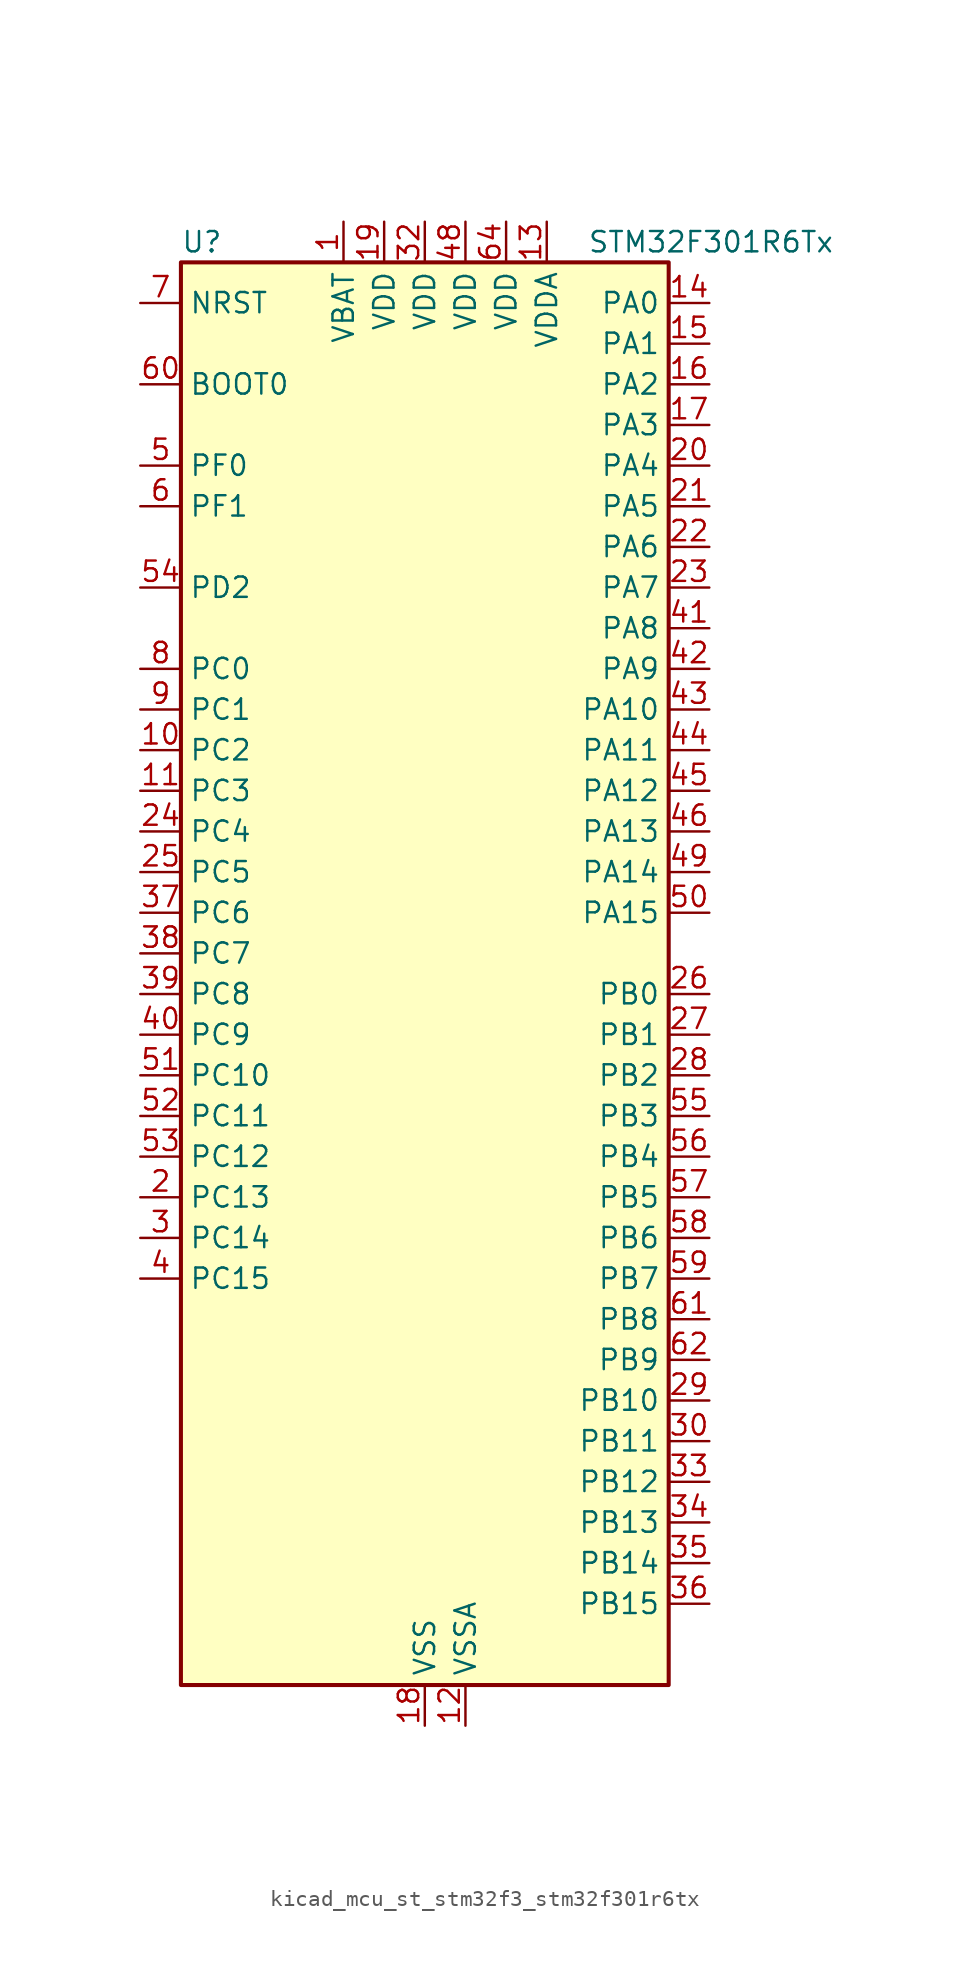
<source format=kicad_sym>
(kicad_symbol_lib
  (version 20220914)
  (generator kicad_symbol_editor)
  (symbol "kicad_mcu_st_stm32f3_stm32f301r6tx"
    (property "Reference" "U"
      (at -15.24 46.99 0)
      (effects (font (size 1.27 1.27)) (justify left)))
    (property "Value" "STM32F301R6Tx"
      (at 10.16 46.99 0)
      (effects (font (size 1.27 1.27)) (justify left)))
    (property "ki_locked" ""
      (at 0 0 0)
      (effects (font (size 1.27 1.27))))
    (symbol "kicad_mcu_st_stm32f3_stm32f301r6tx_0_1"
      (rectangle (start -15.24 -43.18) (end 15.24 45.72) (stroke (width 0.254) (type default)) (fill (type background))))
    (symbol "kicad_mcu_st_stm32f3_stm32f301r6tx_1_1"
      (pin power_in line (at -5.08 48.26 270) (length 2.54) (name "VBAT" (effects (font (size 1.27 1.27)))) (number "1" (effects (font (size 1.27 1.27)))))
      (pin bidirectional line (at -17.78 15.24 0) (length 2.54) (name "PC2" (effects (font (size 1.27 1.27)))) (number "10" (effects (font (size 1.27 1.27)))) (alternate "ADC1_IN8" bidirectional line) (alternate "TIM1_CH3" bidirectional line))
      (pin bidirectional line (at -17.78 12.7 0) (length 2.54) (name "PC3" (effects (font (size 1.27 1.27)))) (number "11" (effects (font (size 1.27 1.27)))) (alternate "ADC1_IN9" bidirectional line) (alternate "TIM1_BKIN2" bidirectional line) (alternate "TIM1_CH4" bidirectional line))
      (pin power_in line (at 2.54 -45.72 90) (length 2.54) (name "VSSA" (effects (font (size 1.27 1.27)))) (number "12" (effects (font (size 1.27 1.27)))))
      (pin power_in line (at 7.62 48.26 270) (length 2.54) (name "VDDA" (effects (font (size 1.27 1.27)))) (number "13" (effects (font (size 1.27 1.27)))))
      (pin bidirectional line (at 17.78 43.18 180) (length 2.54) (name "PA0" (effects (font (size 1.27 1.27)))) (number "14" (effects (font (size 1.27 1.27)))) (alternate "ADC1_IN1" bidirectional line) (alternate "RTC_TAMP2" bidirectional line) (alternate "SYS_WKUP1" bidirectional line) (alternate "TIM2_CH1" bidirectional line) (alternate "TIM2_ETR" bidirectional line) (alternate "TSC_G1_IO1" bidirectional line) (alternate "USART2_CTS" bidirectional line))
      (pin bidirectional line (at 17.78 40.64 180) (length 2.54) (name "PA1" (effects (font (size 1.27 1.27)))) (number "15" (effects (font (size 1.27 1.27)))) (alternate "ADC1_IN2" bidirectional line) (alternate "RTC_REFIN" bidirectional line) (alternate "TIM15_CH1N" bidirectional line) (alternate "TIM2_CH2" bidirectional line) (alternate "TSC_G1_IO2" bidirectional line) (alternate "USART2_DE" bidirectional line) (alternate "USART2_RTS" bidirectional line))
      (pin bidirectional line (at 17.78 38.1 180) (length 2.54) (name "PA2" (effects (font (size 1.27 1.27)))) (number "16" (effects (font (size 1.27 1.27)))) (alternate "ADC1_IN3" bidirectional line) (alternate "COMP2_INM" bidirectional line) (alternate "COMP2_OUT" bidirectional line) (alternate "TIM15_CH1" bidirectional line) (alternate "TIM2_CH3" bidirectional line) (alternate "TSC_G1_IO3" bidirectional line) (alternate "USART2_TX" bidirectional line))
      (pin bidirectional line (at 17.78 35.56 180) (length 2.54) (name "PA3" (effects (font (size 1.27 1.27)))) (number "17" (effects (font (size 1.27 1.27)))) (alternate "ADC1_IN4" bidirectional line) (alternate "TIM15_CH2" bidirectional line) (alternate "TIM2_CH4" bidirectional line) (alternate "TSC_G1_IO4" bidirectional line) (alternate "USART2_RX" bidirectional line))
      (pin power_in line (at 0 -45.72 90) (length 2.54) (name "VSS" (effects (font (size 1.27 1.27)))) (number "18" (effects (font (size 1.27 1.27)))))
      (pin power_in line (at -2.54 48.26 270) (length 2.54) (name "VDD" (effects (font (size 1.27 1.27)))) (number "19" (effects (font (size 1.27 1.27)))))
      (pin bidirectional line (at -17.78 -12.7 0) (length 2.54) (name "PC13" (effects (font (size 1.27 1.27)))) (number "2" (effects (font (size 1.27 1.27)))) (alternate "RTC_OUT_ALARM" bidirectional line) (alternate "RTC_OUT_CALIB" bidirectional line) (alternate "RTC_TAMP1" bidirectional line) (alternate "RTC_TS" bidirectional line) (alternate "SYS_WKUP2" bidirectional line) (alternate "TIM1_CH1N" bidirectional line))
      (pin bidirectional line (at 17.78 33.02 180) (length 2.54) (name "PA4" (effects (font (size 1.27 1.27)))) (number "20" (effects (font (size 1.27 1.27)))) (alternate "ADC1_IN5" bidirectional line) (alternate "COMP2_INM" bidirectional line) (alternate "COMP4_INM" bidirectional line) (alternate "COMP6_INM" bidirectional line) (alternate "DAC_OUT1" bidirectional line) (alternate "I2S3_WS" bidirectional line) (alternate "SPI3_NSS" bidirectional line) (alternate "TSC_G2_IO1" bidirectional line) (alternate "USART2_CK" bidirectional line))
      (pin bidirectional line (at 17.78 30.48 180) (length 2.54) (name "PA5" (effects (font (size 1.27 1.27)))) (number "21" (effects (font (size 1.27 1.27)))) (alternate "OPAMP2_VINM" bidirectional line) (alternate "OPAMP2_VINM_SEC" bidirectional line) (alternate "TIM2_CH1" bidirectional line) (alternate "TIM2_ETR" bidirectional line) (alternate "TSC_G2_IO2" bidirectional line))
      (pin bidirectional line (at 17.78 27.94 180) (length 2.54) (name "PA6" (effects (font (size 1.27 1.27)))) (number "22" (effects (font (size 1.27 1.27)))) (alternate "ADC1_IN10" bidirectional line) (alternate "OPAMP2_VOUT" bidirectional line) (alternate "TIM16_CH1" bidirectional line) (alternate "TIM1_BKIN" bidirectional line) (alternate "TSC_G2_IO3" bidirectional line))
      (pin bidirectional line (at 17.78 25.4 180) (length 2.54) (name "PA7" (effects (font (size 1.27 1.27)))) (number "23" (effects (font (size 1.27 1.27)))) (alternate "ADC1_IN15" bidirectional line) (alternate "COMP2_INP" bidirectional line) (alternate "OPAMP2_VINP" bidirectional line) (alternate "OPAMP2_VINP_SEC" bidirectional line) (alternate "TIM17_CH1" bidirectional line) (alternate "TIM1_CH1N" bidirectional line) (alternate "TSC_G2_IO4" bidirectional line))
      (pin bidirectional line (at -17.78 10.16 0) (length 2.54) (name "PC4" (effects (font (size 1.27 1.27)))) (number "24" (effects (font (size 1.27 1.27)))) (alternate "TIM1_ETR" bidirectional line) (alternate "USART1_TX" bidirectional line))
      (pin bidirectional line (at -17.78 7.62 0) (length 2.54) (name "PC5" (effects (font (size 1.27 1.27)))) (number "25" (effects (font (size 1.27 1.27)))) (alternate "OPAMP2_VINM" bidirectional line) (alternate "OPAMP2_VINM_SEC" bidirectional line) (alternate "TIM15_BKIN" bidirectional line) (alternate "TSC_G3_IO1" bidirectional line) (alternate "USART1_RX" bidirectional line))
      (pin bidirectional line (at 17.78 0 180) (length 2.54) (name "PB0" (effects (font (size 1.27 1.27)))) (number "26" (effects (font (size 1.27 1.27)))) (alternate "ADC1_IN11" bidirectional line) (alternate "COMP4_INP" bidirectional line) (alternate "OPAMP2_VINP" bidirectional line) (alternate "OPAMP2_VINP_SEC" bidirectional line) (alternate "TIM1_CH2N" bidirectional line) (alternate "TSC_G3_IO2" bidirectional line))
      (pin bidirectional line (at 17.78 -2.54 180) (length 2.54) (name "PB1" (effects (font (size 1.27 1.27)))) (number "27" (effects (font (size 1.27 1.27)))) (alternate "ADC1_IN12" bidirectional line) (alternate "COMP4_OUT" bidirectional line) (alternate "TIM1_CH3N" bidirectional line) (alternate "TSC_G3_IO3" bidirectional line))
      (pin bidirectional line (at 17.78 -5.08 180) (length 2.54) (name "PB2" (effects (font (size 1.27 1.27)))) (number "28" (effects (font (size 1.27 1.27)))) (alternate "COMP4_INM" bidirectional line) (alternate "TSC_G3_IO4" bidirectional line))
      (pin bidirectional line (at 17.78 -25.4 180) (length 2.54) (name "PB10" (effects (font (size 1.27 1.27)))) (number "29" (effects (font (size 1.27 1.27)))) (alternate "TIM2_CH3" bidirectional line) (alternate "TSC_SYNC" bidirectional line) (alternate "USART3_TX" bidirectional line))
      (pin bidirectional line (at -17.78 -15.24 0) (length 2.54) (name "PC14" (effects (font (size 1.27 1.27)))) (number "3" (effects (font (size 1.27 1.27)))) (alternate "RCC_OSC32_IN" bidirectional line))
      (pin bidirectional line (at 17.78 -27.94 180) (length 2.54) (name "PB11" (effects (font (size 1.27 1.27)))) (number "30" (effects (font (size 1.27 1.27)))) (alternate "ADC1_EXTI11" bidirectional line) (alternate "ADC1_IN14" bidirectional line) (alternate "COMP6_INP" bidirectional line) (alternate "TIM2_CH4" bidirectional line) (alternate "TSC_G6_IO1" bidirectional line) (alternate "USART3_RX" bidirectional line))
      (pin passive line (at 0 -45.72 90) (length 2.54) hide (name "VSS" (effects (font (size 1.27 1.27)))) (number "31" (effects (font (size 1.27 1.27)))))
      (pin power_in line (at 0 48.26 270) (length 2.54) (name "VDD" (effects (font (size 1.27 1.27)))) (number "32" (effects (font (size 1.27 1.27)))))
      (pin bidirectional line (at 17.78 -30.48 180) (length 2.54) (name "PB12" (effects (font (size 1.27 1.27)))) (number "33" (effects (font (size 1.27 1.27)))) (alternate "I2C2_SMBA" bidirectional line) (alternate "I2S2_WS" bidirectional line) (alternate "SPI2_NSS" bidirectional line) (alternate "TIM1_BKIN" bidirectional line) (alternate "TSC_G6_IO2" bidirectional line) (alternate "USART3_CK" bidirectional line))
      (pin bidirectional line (at 17.78 -33.02 180) (length 2.54) (name "PB13" (effects (font (size 1.27 1.27)))) (number "34" (effects (font (size 1.27 1.27)))) (alternate "ADC1_IN13" bidirectional line) (alternate "I2S2_CK" bidirectional line) (alternate "SPI2_SCK" bidirectional line) (alternate "TIM1_CH1N" bidirectional line) (alternate "TSC_G6_IO3" bidirectional line) (alternate "USART3_CTS" bidirectional line))
      (pin bidirectional line (at 17.78 -35.56 180) (length 2.54) (name "PB14" (effects (font (size 1.27 1.27)))) (number "35" (effects (font (size 1.27 1.27)))) (alternate "I2S2_ext_SD" bidirectional line) (alternate "OPAMP2_VINP" bidirectional line) (alternate "OPAMP2_VINP_SEC" bidirectional line) (alternate "SPI2_MISO" bidirectional line) (alternate "TIM15_CH1" bidirectional line) (alternate "TIM1_CH2N" bidirectional line) (alternate "TSC_G6_IO4" bidirectional line) (alternate "USART3_DE" bidirectional line) (alternate "USART3_RTS" bidirectional line))
      (pin bidirectional line (at 17.78 -38.1 180) (length 2.54) (name "PB15" (effects (font (size 1.27 1.27)))) (number "36" (effects (font (size 1.27 1.27)))) (alternate "ADC1_EXTI15" bidirectional line) (alternate "COMP6_INM" bidirectional line) (alternate "I2S2_SD" bidirectional line) (alternate "RTC_REFIN" bidirectional line) (alternate "SPI2_MOSI" bidirectional line) (alternate "TIM15_CH1N" bidirectional line) (alternate "TIM15_CH2" bidirectional line) (alternate "TIM1_CH3N" bidirectional line))
      (pin bidirectional line (at -17.78 5.08 0) (length 2.54) (name "PC6" (effects (font (size 1.27 1.27)))) (number "37" (effects (font (size 1.27 1.27)))) (alternate "COMP6_OUT" bidirectional line) (alternate "I2S2_MCK" bidirectional line))
      (pin bidirectional line (at -17.78 2.54 0) (length 2.54) (name "PC7" (effects (font (size 1.27 1.27)))) (number "38" (effects (font (size 1.27 1.27)))) (alternate "I2S3_MCK" bidirectional line))
      (pin bidirectional line (at -17.78 0 0) (length 2.54) (name "PC8" (effects (font (size 1.27 1.27)))) (number "39" (effects (font (size 1.27 1.27)))))
      (pin bidirectional line (at -17.78 -17.78 0) (length 2.54) (name "PC15" (effects (font (size 1.27 1.27)))) (number "4" (effects (font (size 1.27 1.27)))) (alternate "ADC1_EXTI15" bidirectional line) (alternate "RCC_OSC32_OUT" bidirectional line))
      (pin bidirectional line (at -17.78 -2.54 0) (length 2.54) (name "PC9" (effects (font (size 1.27 1.27)))) (number "40" (effects (font (size 1.27 1.27)))) (alternate "DAC_EXTI9" bidirectional line) (alternate "I2C3_SDA" bidirectional line) (alternate "I2S_CKIN" bidirectional line))
      (pin bidirectional line (at 17.78 22.86 180) (length 2.54) (name "PA8" (effects (font (size 1.27 1.27)))) (number "41" (effects (font (size 1.27 1.27)))) (alternate "I2C2_SMBA" bidirectional line) (alternate "I2C3_SCL" bidirectional line) (alternate "I2S2_MCK" bidirectional line) (alternate "RCC_MCO" bidirectional line) (alternate "TIM1_CH1" bidirectional line) (alternate "USART1_CK" bidirectional line))
      (pin bidirectional line (at 17.78 20.32 180) (length 2.54) (name "PA9" (effects (font (size 1.27 1.27)))) (number "42" (effects (font (size 1.27 1.27)))) (alternate "DAC_EXTI9" bidirectional line) (alternate "I2C2_SCL" bidirectional line) (alternate "I2C3_SMBA" bidirectional line) (alternate "I2S3_MCK" bidirectional line) (alternate "TIM15_BKIN" bidirectional line) (alternate "TIM1_CH2" bidirectional line) (alternate "TIM2_CH3" bidirectional line) (alternate "TSC_G4_IO1" bidirectional line) (alternate "USART1_TX" bidirectional line))
      (pin bidirectional line (at 17.78 17.78 180) (length 2.54) (name "PA10" (effects (font (size 1.27 1.27)))) (number "43" (effects (font (size 1.27 1.27)))) (alternate "COMP6_OUT" bidirectional line) (alternate "I2C2_SDA" bidirectional line) (alternate "I2S2_ext_SD" bidirectional line) (alternate "SPI2_MISO" bidirectional line) (alternate "TIM17_BKIN" bidirectional line) (alternate "TIM1_CH3" bidirectional line) (alternate "TIM2_CH4" bidirectional line) (alternate "TSC_G4_IO2" bidirectional line) (alternate "USART1_RX" bidirectional line))
      (pin bidirectional line (at 17.78 15.24 180) (length 2.54) (name "PA11" (effects (font (size 1.27 1.27)))) (number "44" (effects (font (size 1.27 1.27)))) (alternate "ADC1_EXTI11" bidirectional line) (alternate "I2S2_SD" bidirectional line) (alternate "SPI2_MOSI" bidirectional line) (alternate "TIM1_BKIN2" bidirectional line) (alternate "TIM1_CH1N" bidirectional line) (alternate "TIM1_CH4" bidirectional line) (alternate "USART1_CTS" bidirectional line))
      (pin bidirectional line (at 17.78 12.7 180) (length 2.54) (name "PA12" (effects (font (size 1.27 1.27)))) (number "45" (effects (font (size 1.27 1.27)))) (alternate "COMP2_OUT" bidirectional line) (alternate "I2S_CKIN" bidirectional line) (alternate "TIM16_CH1" bidirectional line) (alternate "TIM1_CH2N" bidirectional line) (alternate "TIM1_ETR" bidirectional line) (alternate "USART1_DE" bidirectional line) (alternate "USART1_RTS" bidirectional line))
      (pin bidirectional line (at 17.78 10.16 180) (length 2.54) (name "PA13" (effects (font (size 1.27 1.27)))) (number "46" (effects (font (size 1.27 1.27)))) (alternate "IR_OUT" bidirectional line) (alternate "SYS_JTMS-SWDIO" bidirectional line) (alternate "TIM16_CH1N" bidirectional line) (alternate "TSC_G4_IO3" bidirectional line) (alternate "USART3_CTS" bidirectional line))
      (pin passive line (at 0 -45.72 90) (length 2.54) hide (name "VSS" (effects (font (size 1.27 1.27)))) (number "47" (effects (font (size 1.27 1.27)))))
      (pin power_in line (at 2.54 48.26 270) (length 2.54) (name "VDD" (effects (font (size 1.27 1.27)))) (number "48" (effects (font (size 1.27 1.27)))))
      (pin bidirectional line (at 17.78 7.62 180) (length 2.54) (name "PA14" (effects (font (size 1.27 1.27)))) (number "49" (effects (font (size 1.27 1.27)))) (alternate "I2C1_SDA" bidirectional line) (alternate "SYS_JTCK-SWCLK" bidirectional line) (alternate "TIM1_BKIN" bidirectional line) (alternate "TSC_G4_IO4" bidirectional line) (alternate "USART2_TX" bidirectional line))
      (pin bidirectional line (at -17.78 33.02 0) (length 2.54) (name "PF0" (effects (font (size 1.27 1.27)))) (number "5" (effects (font (size 1.27 1.27)))) (alternate "I2C2_SDA" bidirectional line) (alternate "I2S2_WS" bidirectional line) (alternate "RCC_OSC_IN" bidirectional line) (alternate "SPI2_NSS" bidirectional line) (alternate "TIM1_CH3N" bidirectional line))
      (pin bidirectional line (at 17.78 5.08 180) (length 2.54) (name "PA15" (effects (font (size 1.27 1.27)))) (number "50" (effects (font (size 1.27 1.27)))) (alternate "ADC1_EXTI15" bidirectional line) (alternate "I2C1_SCL" bidirectional line) (alternate "I2S3_WS" bidirectional line) (alternate "SPI3_NSS" bidirectional line) (alternate "SYS_JTDI" bidirectional line) (alternate "TIM1_BKIN" bidirectional line) (alternate "TIM2_CH1" bidirectional line) (alternate "TIM2_ETR" bidirectional line) (alternate "TSC_SYNC" bidirectional line) (alternate "USART2_RX" bidirectional line))
      (pin bidirectional line (at -17.78 -5.08 0) (length 2.54) (name "PC10" (effects (font (size 1.27 1.27)))) (number "51" (effects (font (size 1.27 1.27)))) (alternate "I2S3_CK" bidirectional line) (alternate "SPI3_SCK" bidirectional line) (alternate "USART3_TX" bidirectional line))
      (pin bidirectional line (at -17.78 -7.62 0) (length 2.54) (name "PC11" (effects (font (size 1.27 1.27)))) (number "52" (effects (font (size 1.27 1.27)))) (alternate "ADC1_EXTI11" bidirectional line) (alternate "I2S3_ext_SD" bidirectional line) (alternate "SPI3_MISO" bidirectional line) (alternate "USART3_RX" bidirectional line))
      (pin bidirectional line (at -17.78 -10.16 0) (length 2.54) (name "PC12" (effects (font (size 1.27 1.27)))) (number "53" (effects (font (size 1.27 1.27)))) (alternate "I2S3_SD" bidirectional line) (alternate "SPI3_MOSI" bidirectional line) (alternate "USART3_CK" bidirectional line))
      (pin bidirectional line (at -17.78 25.4 0) (length 2.54) (name "PD2" (effects (font (size 1.27 1.27)))) (number "54" (effects (font (size 1.27 1.27)))))
      (pin bidirectional line (at 17.78 -7.62 180) (length 2.54) (name "PB3" (effects (font (size 1.27 1.27)))) (number "55" (effects (font (size 1.27 1.27)))) (alternate "I2S3_CK" bidirectional line) (alternate "SPI3_SCK" bidirectional line) (alternate "SYS_JTDO-TRACESWO" bidirectional line) (alternate "TIM2_CH2" bidirectional line) (alternate "TSC_G5_IO1" bidirectional line) (alternate "USART2_TX" bidirectional line))
      (pin bidirectional line (at 17.78 -10.16 180) (length 2.54) (name "PB4" (effects (font (size 1.27 1.27)))) (number "56" (effects (font (size 1.27 1.27)))) (alternate "I2S3_ext_SD" bidirectional line) (alternate "SPI3_MISO" bidirectional line) (alternate "SYS_NJTRST" bidirectional line) (alternate "TIM16_CH1" bidirectional line) (alternate "TIM17_BKIN" bidirectional line) (alternate "TSC_G5_IO2" bidirectional line) (alternate "USART2_RX" bidirectional line))
      (pin bidirectional line (at 17.78 -12.7 180) (length 2.54) (name "PB5" (effects (font (size 1.27 1.27)))) (number "57" (effects (font (size 1.27 1.27)))) (alternate "I2C1_SMBA" bidirectional line) (alternate "I2C3_SDA" bidirectional line) (alternate "I2S3_SD" bidirectional line) (alternate "SPI3_MOSI" bidirectional line) (alternate "TIM16_BKIN" bidirectional line) (alternate "TIM17_CH1" bidirectional line) (alternate "USART2_CK" bidirectional line))
      (pin bidirectional line (at 17.78 -15.24 180) (length 2.54) (name "PB6" (effects (font (size 1.27 1.27)))) (number "58" (effects (font (size 1.27 1.27)))) (alternate "I2C1_SCL" bidirectional line) (alternate "TIM16_CH1N" bidirectional line) (alternate "TSC_G5_IO3" bidirectional line) (alternate "USART1_TX" bidirectional line))
      (pin bidirectional line (at 17.78 -17.78 180) (length 2.54) (name "PB7" (effects (font (size 1.27 1.27)))) (number "59" (effects (font (size 1.27 1.27)))) (alternate "I2C1_SDA" bidirectional line) (alternate "TIM17_CH1N" bidirectional line) (alternate "TSC_G5_IO4" bidirectional line) (alternate "USART1_RX" bidirectional line))
      (pin bidirectional line (at -17.78 30.48 0) (length 2.54) (name "PF1" (effects (font (size 1.27 1.27)))) (number "6" (effects (font (size 1.27 1.27)))) (alternate "I2C2_SCL" bidirectional line) (alternate "I2S2_CK" bidirectional line) (alternate "RCC_OSC_OUT" bidirectional line) (alternate "SPI2_SCK" bidirectional line))
      (pin input line (at -17.78 38.1 0) (length 2.54) (name "BOOT0" (effects (font (size 1.27 1.27)))) (number "60" (effects (font (size 1.27 1.27)))))
      (pin bidirectional line (at 17.78 -20.32 180) (length 2.54) (name "PB8" (effects (font (size 1.27 1.27)))) (number "61" (effects (font (size 1.27 1.27)))) (alternate "I2C1_SCL" bidirectional line) (alternate "TIM16_CH1" bidirectional line) (alternate "TIM1_BKIN" bidirectional line) (alternate "TSC_SYNC" bidirectional line) (alternate "USART3_RX" bidirectional line))
      (pin bidirectional line (at 17.78 -22.86 180) (length 2.54) (name "PB9" (effects (font (size 1.27 1.27)))) (number "62" (effects (font (size 1.27 1.27)))) (alternate "COMP2_OUT" bidirectional line) (alternate "DAC_EXTI9" bidirectional line) (alternate "I2C1_SDA" bidirectional line) (alternate "IR_OUT" bidirectional line) (alternate "TIM17_CH1" bidirectional line) (alternate "USART3_TX" bidirectional line))
      (pin passive line (at 0 -45.72 90) (length 2.54) hide (name "VSS" (effects (font (size 1.27 1.27)))) (number "63" (effects (font (size 1.27 1.27)))))
      (pin power_in line (at 5.08 48.26 270) (length 2.54) (name "VDD" (effects (font (size 1.27 1.27)))) (number "64" (effects (font (size 1.27 1.27)))))
      (pin input line (at -17.78 43.18 0) (length 2.54) (name "NRST" (effects (font (size 1.27 1.27)))) (number "7" (effects (font (size 1.27 1.27)))))
      (pin bidirectional line (at -17.78 20.32 0) (length 2.54) (name "PC0" (effects (font (size 1.27 1.27)))) (number "8" (effects (font (size 1.27 1.27)))) (alternate "ADC1_IN6" bidirectional line) (alternate "TIM1_CH1" bidirectional line))
      (pin bidirectional line (at -17.78 17.78 0) (length 2.54) (name "PC1" (effects (font (size 1.27 1.27)))) (number "9" (effects (font (size 1.27 1.27)))) (alternate "ADC1_IN7" bidirectional line) (alternate "TIM1_CH2" bidirectional line)))))
</source>
